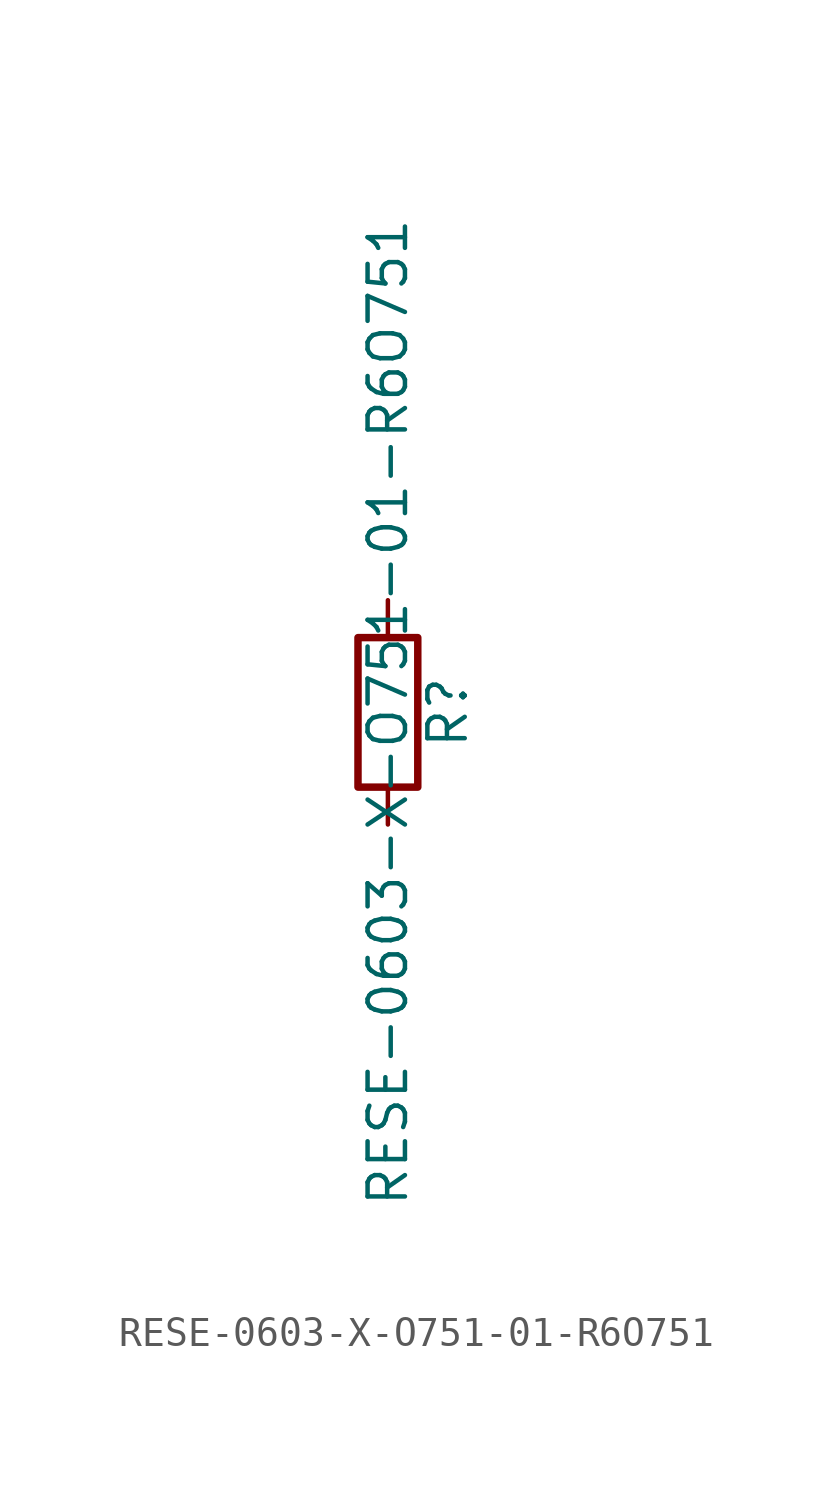
<source format=kicad_sym>
(kicad_symbol_lib
  (version 20211014)
  (generator kicad_symbol_editor)
  (symbol "RESE-0603-X-O751-01-R6O751"
    (pin_numbers hide)
    (pin_names
      (offset 0))
    (property "Reference" "R"
      (at 2.032 0 90)
      (effects (font (size 1.27 1.27))))
    (property "Value" "RESE-0603-X-O751-01-R6O751"
      (at 0 0 90)
      (effects (font (size 1.27 1.27))))
    (symbol "RESE-0603-X-O751-01-R6O751_0_1"
      (rectangle (start -1.016 -2.54) (end 1.016 2.54) (stroke (width 0.254) (type default) (color 0 0 0 0)) (fill (type none))))
    (symbol "RESE-0603-X-O751-01-R6O751_1_1"
      (pin passive line (at 0 3.81 270) (length 1.27) (name "~" (effects (font (size 1.27 1.27)))) (number "1" (effects (font (size 1.27 1.27)))))
      (pin passive line (at 0 -3.81 90) (length 1.27) (name "~" (effects (font (size 1.27 1.27)))) (number "2" (effects (font (size 1.27 1.27))))))))
</source>
